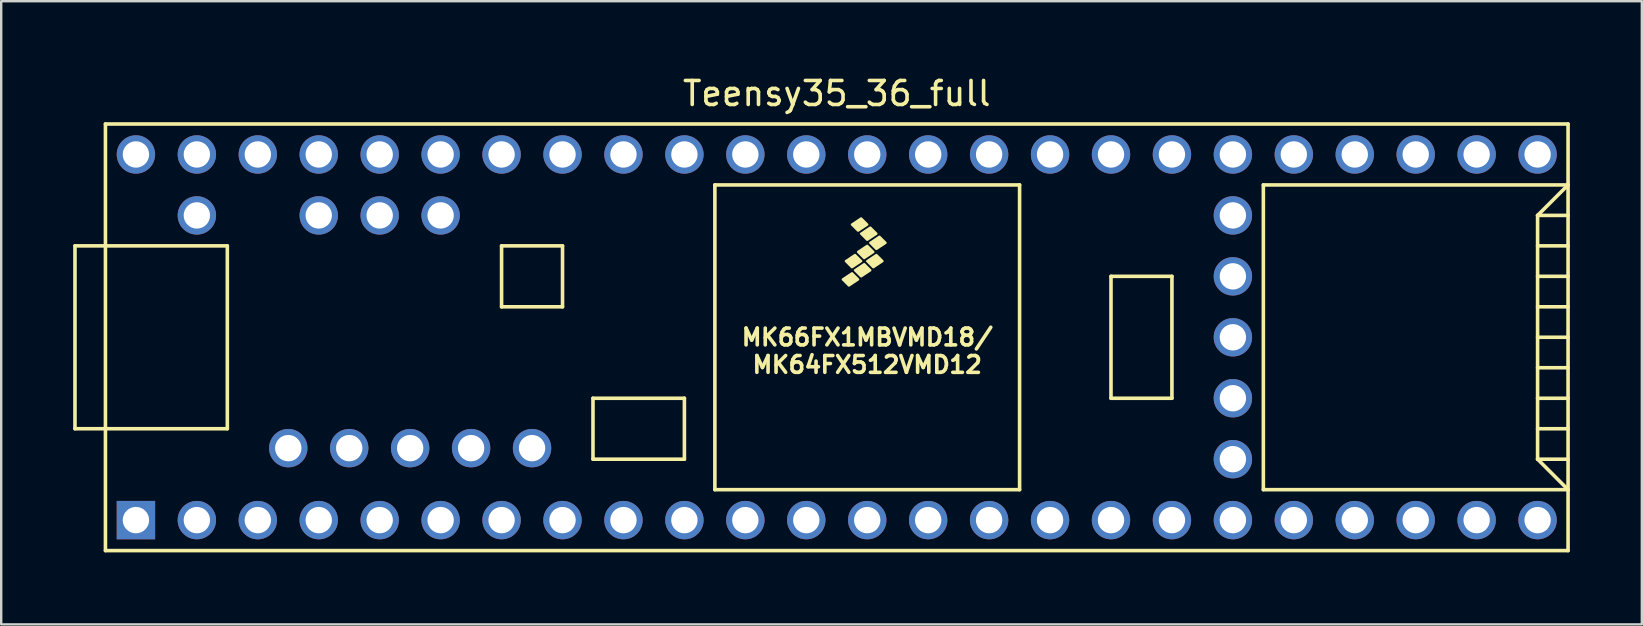
<source format=kicad_pcb>
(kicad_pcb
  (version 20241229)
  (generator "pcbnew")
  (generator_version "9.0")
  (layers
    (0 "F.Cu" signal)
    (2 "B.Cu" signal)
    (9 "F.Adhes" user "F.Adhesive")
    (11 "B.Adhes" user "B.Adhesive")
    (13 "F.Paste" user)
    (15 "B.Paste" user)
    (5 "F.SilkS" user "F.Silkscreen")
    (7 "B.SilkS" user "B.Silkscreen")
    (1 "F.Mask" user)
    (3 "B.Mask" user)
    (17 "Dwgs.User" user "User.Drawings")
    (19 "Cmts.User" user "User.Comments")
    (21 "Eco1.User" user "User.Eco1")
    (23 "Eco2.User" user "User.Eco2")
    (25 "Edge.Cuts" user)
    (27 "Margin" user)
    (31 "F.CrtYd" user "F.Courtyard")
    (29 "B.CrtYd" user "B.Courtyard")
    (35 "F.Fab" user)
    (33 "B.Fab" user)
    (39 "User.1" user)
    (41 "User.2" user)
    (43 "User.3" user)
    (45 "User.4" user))
  (footprint "Teensy35_36_full"
    (layer "F.Cu")
    (at 31.825 11.008)
    (property "Reference" "Teensy35_36_full" (at 0 -10.16 0) (layer "F.SilkS") (effects (font (size 1 1) (thickness 0.15))))
    (attr through_hole)
    (fp_line (start -31.75 -3.81) (end -30.48 -3.81) (stroke (width 0.15) (type solid)) (layer "F.SilkS"))
    (fp_line (start -31.75 3.81) (end -31.75 -3.81) (stroke (width 0.15) (type solid)) (layer "F.SilkS"))
    (fp_line (start -30.48 3.81) (end -31.75 3.81) (stroke (width 0.15) (type solid)) (layer "F.SilkS"))
    (fp_line (start -30.48 8.89) (end -30.48 -8.89) (stroke (width 0.15) (type solid)) (layer "F.SilkS"))
    (fp_line (start -30.48 8.89) (end 30.48 8.89) (stroke (width 0.15) (type solid)) (layer "F.SilkS"))
    (fp_line (start -25.4 -3.81) (end -30.48 -3.81) (stroke (width 0.15) (type solid)) (layer "F.SilkS"))
    (fp_line (start -25.4 3.81) (end -30.48 3.81) (stroke (width 0.15) (type solid)) (layer "F.SilkS"))
    (fp_line (start -25.4 3.81) (end -25.4 -3.81) (stroke (width 0.15) (type solid)) (layer "F.SilkS"))
    (fp_line (start -13.97 -3.81) (end -13.97 -1.27) (stroke (width 0.15) (type solid)) (layer "F.SilkS"))
    (fp_line (start -13.97 -1.27) (end -11.43 -1.27) (stroke (width 0.15) (type solid)) (layer "F.SilkS"))
    (fp_line (start -11.43 -3.81) (end -13.97 -3.81) (stroke (width 0.15) (type solid)) (layer "F.SilkS"))
    (fp_line (start -11.43 -1.27) (end -11.43 -3.81) (stroke (width 0.15) (type solid)) (layer "F.SilkS"))
    (fp_line (start -10.16 2.54) (end -6.35 2.54) (stroke (width 0.15) (type solid)) (layer "F.SilkS"))
    (fp_line (start -10.16 5.08) (end -10.16 2.54) (stroke (width 0.15) (type solid)) (layer "F.SilkS"))
    (fp_line (start -6.35 2.54) (end -6.35 5.08) (stroke (width 0.15) (type solid)) (layer "F.SilkS"))
    (fp_line (start -6.35 5.08) (end -10.16 5.08) (stroke (width 0.15) (type solid)) (layer "F.SilkS"))
    (fp_line (start -5.08 -6.35) (end -5.08 6.35) (stroke (width 0.15) (type solid)) (layer "F.SilkS"))
    (fp_line (start -5.08 -6.35) (end 7.62 -6.35) (stroke (width 0.15) (type solid)) (layer "F.SilkS"))
    (fp_line (start -5.08 6.35) (end 7.62 6.35) (stroke (width 0.15) (type solid)) (layer "F.SilkS"))
    (fp_line (start 7.62 6.35) (end 7.62 -6.35) (stroke (width 0.15) (type solid)) (layer "F.SilkS"))
    (fp_line (start 11.43 -2.54) (end 13.97 -2.54) (stroke (width 0.15) (type solid)) (layer "F.SilkS"))
    (fp_line (start 11.43 2.54) (end 11.43 -2.54) (stroke (width 0.15) (type solid)) (layer "F.SilkS"))
    (fp_line (start 13.97 -2.54) (end 13.97 2.54) (stroke (width 0.15) (type solid)) (layer "F.SilkS"))
    (fp_line (start 13.97 2.54) (end 11.43 2.54) (stroke (width 0.15) (type solid)) (layer "F.SilkS"))
    (fp_line (start 17.78 -6.35) (end 17.78 6.35) (stroke (width 0.15) (type solid)) (layer "F.SilkS"))
    (fp_line (start 17.78 6.35) (end 30.48 6.35) (stroke (width 0.15) (type solid)) (layer "F.SilkS"))
    (fp_line (start 29.21 -5.08) (end 30.48 -6.35) (stroke (width 0.15) (type solid)) (layer "F.SilkS"))
    (fp_line (start 29.21 -5.08) (end 30.48 -5.08) (stroke (width 0.15) (type solid)) (layer "F.SilkS"))
    (fp_line (start 29.21 -3.81) (end 30.48 -3.81) (stroke (width 0.15) (type solid)) (layer "F.SilkS"))
    (fp_line (start 29.21 -2.54) (end 30.48 -2.54) (stroke (width 0.15) (type solid)) (layer "F.SilkS"))
    (fp_line (start 29.21 -1.27) (end 30.48 -1.27) (stroke (width 0.15) (type solid)) (layer "F.SilkS"))
    (fp_line (start 29.21 0) (end 30.48 0) (stroke (width 0.15) (type solid)) (layer "F.SilkS"))
    (fp_line (start 29.21 1.27) (end 30.48 1.27) (stroke (width 0.15) (type solid)) (layer "F.SilkS"))
    (fp_line (start 29.21 2.54) (end 30.48 2.54) (stroke (width 0.15) (type solid)) (layer "F.SilkS"))
    (fp_line (start 29.21 3.81) (end 30.48 3.81) (stroke (width 0.15) (type solid)) (layer "F.SilkS"))
    (fp_line (start 29.21 5.08) (end 29.21 -5.08) (stroke (width 0.15) (type solid)) (layer "F.SilkS"))
    (fp_line (start 29.21 5.08) (end 30.48 5.08) (stroke (width 0.15) (type solid)) (layer "F.SilkS"))
    (fp_line (start 30.48 -8.89) (end -30.48 -8.89) (stroke (width 0.15) (type solid)) (layer "F.SilkS"))
    (fp_line (start 30.48 -8.89) (end 30.48 8.89) (stroke (width 0.15) (type solid)) (layer "F.SilkS"))
    (fp_line (start 30.48 -6.35) (end 17.78 -6.35) (stroke (width 0.15) (type solid)) (layer "F.SilkS"))
    (fp_line (start 30.48 6.35) (end 29.21 5.08) (stroke (width 0.15) (type solid)) (layer "F.SilkS"))
    (fp_poly (pts (xy 0.635 -2.667) (xy 0.889 -2.413) (xy 0.508 -2.159) (xy 0.254 -2.413)) (stroke (width 0.1) (type solid)) (fill yes) (layer "F.SilkS"))
    (fp_poly (pts (xy 0.762 -3.429) (xy 1.016 -3.175) (xy 0.635 -2.921) (xy 0.381 -3.175)) (stroke (width 0.1) (type solid)) (fill yes) (layer "F.SilkS"))
    (fp_poly (pts (xy 1.016 -4.953) (xy 1.27 -4.699) (xy 0.889 -4.445) (xy 0.635 -4.699)) (stroke (width 0.1) (type solid)) (fill yes) (layer "F.SilkS"))
    (fp_poly (pts (xy 1.143 -3.048) (xy 1.397 -2.794) (xy 1.016 -2.54) (xy 0.762 -2.794)) (stroke (width 0.1) (type solid)) (fill yes) (layer "F.SilkS"))
    (fp_poly (pts (xy 1.27 -3.81) (xy 1.524 -3.556) (xy 1.143 -3.302) (xy 0.889 -3.556)) (stroke (width 0.1) (type solid)) (fill yes) (layer "F.SilkS"))
    (fp_poly (pts (xy 1.397 -4.572) (xy 1.651 -4.318) (xy 1.27 -4.064) (xy 1.016 -4.318)) (stroke (width 0.1) (type solid)) (fill yes) (layer "F.SilkS"))
    (fp_poly (pts (xy 1.651 -3.429) (xy 1.905 -3.175) (xy 1.524 -2.921) (xy 1.27 -3.175)) (stroke (width 0.1) (type solid)) (fill yes) (layer "F.SilkS"))
    (fp_poly (pts (xy 1.778 -4.191) (xy 2.032 -3.937) (xy 1.651 -3.683) (xy 1.397 -3.937)) (stroke (width 0.1) (type solid)) (fill yes) (layer "F.SilkS"))
    (fp_text user "MK66FX1MBVMD18/" (at 1.27 0 0) (layer "F.SilkS") (effects (font (size 0.7 0.7) (thickness 0.15))))
    (fp_text user "MK64FX512VMD12" (at 1.27 1.143 0) (layer "F.SilkS") (effects (font (size 0.7 0.7) (thickness 0.15))))
    (pad "1" thru_hole rect (at -29.21 7.62) (size 1.6 1.6) (drill 1.1) (layers "*.Cu" "*.Mask"))
    (pad "2" thru_hole circle (at -26.67 7.62) (size 1.6 1.6) (drill 1.1) (layers "*.Cu" "*.Mask"))
    (pad "3" thru_hole circle (at -24.13 7.62) (size 1.6 1.6) (drill 1.1) (layers "*.Cu" "*.Mask"))
    (pad "4" thru_hole circle (at -21.59 7.62) (size 1.6 1.6) (drill 1.1) (layers "*.Cu" "*.Mask"))
    (pad "5" thru_hole circle (at -19.05 7.62) (size 1.6 1.6) (drill 1.1) (layers "*.Cu" "*.Mask"))
    (pad "6" thru_hole circle (at -16.51 7.62) (size 1.6 1.6) (drill 1.1) (layers "*.Cu" "*.Mask"))
    (pad "7" thru_hole circle (at -13.97 7.62) (size 1.6 1.6) (drill 1.1) (layers "*.Cu" "*.Mask"))
    (pad "8" thru_hole circle (at -11.43 7.62) (size 1.6 1.6) (drill 1.1) (layers "*.Cu" "*.Mask"))
    (pad "9" thru_hole circle (at -8.89 7.62) (size 1.6 1.6) (drill 1.1) (layers "*.Cu" "*.Mask"))
    (pad "10" thru_hole circle (at -6.35 7.62) (size 1.6 1.6) (drill 1.1) (layers "*.Cu" "*.Mask"))
    (pad "11" thru_hole circle (at -3.81 7.62) (size 1.6 1.6) (drill 1.1) (layers "*.Cu" "*.Mask"))
    (pad "12" thru_hole circle (at -1.27 7.62) (size 1.6 1.6) (drill 1.1) (layers "*.Cu" "*.Mask"))
    (pad "13" thru_hole circle (at 1.27 7.62) (size 1.6 1.6) (drill 1.1) (layers "*.Cu" "*.Mask"))
    (pad "14" thru_hole circle (at 3.81 7.62) (size 1.6 1.6) (drill 1.1) (layers "*.Cu" "*.Mask"))
    (pad "15" thru_hole circle (at 6.35 7.62) (size 1.6 1.6) (drill 1.1) (layers "*.Cu" "*.Mask"))
    (pad "16" thru_hole circle (at 8.89 7.62) (size 1.6 1.6) (drill 1.1) (layers "*.Cu" "*.Mask"))
    (pad "17" thru_hole circle (at 11.43 7.62) (size 1.6 1.6) (drill 1.1) (layers "*.Cu" "*.Mask"))
    (pad "18" thru_hole circle (at 13.97 7.62) (size 1.6 1.6) (drill 1.1) (layers "*.Cu" "*.Mask"))
    (pad "19" thru_hole circle (at 16.51 7.62) (size 1.6 1.6) (drill 1.1) (layers "*.Cu" "*.Mask"))
    (pad "20" thru_hole circle (at 19.05 7.62) (size 1.6 1.6) (drill 1.1) (layers "*.Cu" "*.Mask"))
    (pad "21" thru_hole circle (at 21.59 7.62) (size 1.6 1.6) (drill 1.1) (layers "*.Cu" "*.Mask"))
    (pad "22" thru_hole circle (at 24.13 7.62) (size 1.6 1.6) (drill 1.1) (layers "*.Cu" "*.Mask"))
    (pad "23" thru_hole circle (at 26.67 7.62) (size 1.6 1.6) (drill 1.1) (layers "*.Cu" "*.Mask"))
    (pad "24" thru_hole circle (at 29.21 7.62) (size 1.6 1.6) (drill 1.1) (layers "*.Cu" "*.Mask"))
    (pad "25" thru_hole circle (at 16.51 5.08) (size 1.6 1.6) (drill 1.1) (layers "*.Cu" "*.Mask"))
    (pad "26" thru_hole circle (at 16.51 2.54) (size 1.6 1.6) (drill 1.1) (layers "*.Cu" "*.Mask"))
    (pad "27" thru_hole circle (at 16.51 0) (size 1.6 1.6) (drill 1.1) (layers "*.Cu" "*.Mask"))
    (pad "28" thru_hole circle (at 16.51 -2.54) (size 1.6 1.6) (drill 1.1) (layers "*.Cu" "*.Mask"))
    (pad "29" thru_hole circle (at 16.51 -5.08) (size 1.6 1.6) (drill 1.1) (layers "*.Cu" "*.Mask"))
    (pad "30" thru_hole circle (at 29.21 -7.62) (size 1.6 1.6) (drill 1.1) (layers "*.Cu" "*.Mask"))
    (pad "31" thru_hole circle (at 26.67 -7.62) (size 1.6 1.6) (drill 1.1) (layers "*.Cu" "*.Mask"))
    (pad "32" thru_hole circle (at 24.13 -7.62) (size 1.6 1.6) (drill 1.1) (layers "*.Cu" "*.Mask"))
    (pad "33" thru_hole circle (at 21.59 -7.62) (size 1.6 1.6) (drill 1.1) (layers "*.Cu" "*.Mask"))
    (pad "34" thru_hole circle (at 19.05 -7.62) (size 1.6 1.6) (drill 1.1) (layers "*.Cu" "*.Mask"))
    (pad "35" thru_hole circle (at 16.51 -7.62) (size 1.6 1.6) (drill 1.1) (layers "*.Cu" "*.Mask"))
    (pad "36" thru_hole circle (at 13.97 -7.62) (size 1.6 1.6) (drill 1.1) (layers "*.Cu" "*.Mask"))
    (pad "37" thru_hole circle (at 11.43 -7.62) (size 1.6 1.6) (drill 1.1) (layers "*.Cu" "*.Mask"))
    (pad "38" thru_hole circle (at 8.89 -7.62) (size 1.6 1.6) (drill 1.1) (layers "*.Cu" "*.Mask"))
    (pad "39" thru_hole circle (at 6.35 -7.62) (size 1.6 1.6) (drill 1.1) (layers "*.Cu" "*.Mask"))
    (pad "40" thru_hole circle (at 3.81 -7.62) (size 1.6 1.6) (drill 1.1) (layers "*.Cu" "*.Mask"))
    (pad "41" thru_hole circle (at 1.27 -7.62) (size 1.6 1.6) (drill 1.1) (layers "*.Cu" "*.Mask"))
    (pad "42" thru_hole circle (at -1.27 -7.62) (size 1.6 1.6) (drill 1.1) (layers "*.Cu" "*.Mask"))
    (pad "43" thru_hole circle (at -3.81 -7.62) (size 1.6 1.6) (drill 1.1) (layers "*.Cu" "*.Mask"))
    (pad "44" thru_hole circle (at -6.35 -7.62) (size 1.6 1.6) (drill 1.1) (layers "*.Cu" "*.Mask"))
    (pad "45" thru_hole circle (at -8.89 -7.62) (size 1.6 1.6) (drill 1.1) (layers "*.Cu" "*.Mask"))
    (pad "46" thru_hole circle (at -11.43 -7.62) (size 1.6 1.6) (drill 1.1) (layers "*.Cu" "*.Mask"))
    (pad "47" thru_hole circle (at -13.97 -7.62) (size 1.6 1.6) (drill 1.1) (layers "*.Cu" "*.Mask"))
    (pad "48" thru_hole circle (at -16.51 -7.62) (size 1.6 1.6) (drill 1.1) (layers "*.Cu" "*.Mask"))
    (pad "49" thru_hole circle (at -19.05 -7.62) (size 1.6 1.6) (drill 1.1) (layers "*.Cu" "*.Mask"))
    (pad "50" thru_hole circle (at -21.59 -7.62) (size 1.6 1.6) (drill 1.1) (layers "*.Cu" "*.Mask"))
    (pad "51" thru_hole circle (at -24.13 -7.62) (size 1.6 1.6) (drill 1.1) (layers "*.Cu" "*.Mask"))
    (pad "52" thru_hole circle (at -26.67 -7.62) (size 1.6 1.6) (drill 1.1) (layers "*.Cu" "*.Mask"))
    (pad "53" thru_hole circle (at -29.21 -7.62) (size 1.6 1.6) (drill 1.1) (layers "*.Cu" "*.Mask"))
    (pad "54" thru_hole circle (at -26.67 -5.08) (size 1.6 1.6) (drill 1.1) (layers "*.Cu" "*.Mask"))
    (pad "55" thru_hole circle (at -21.59 -5.08) (size 1.6 1.6) (drill 1.1) (layers "*.Cu" "*.Mask"))
    (pad "56" thru_hole circle (at -19.05 -5.08) (size 1.6 1.6) (drill 1.1) (layers "*.Cu" "*.Mask"))
    (pad "57" thru_hole circle (at -16.51 -5.08) (size 1.6 1.6) (drill 1.1) (layers "*.Cu" "*.Mask"))
    (pad "58" thru_hole circle (at -22.86 4.62) (size 1.6 1.6) (drill 1.1) (layers "*.Cu" "*.Mask"))
    (pad "59" thru_hole circle (at -20.32 4.62) (size 1.6 1.6) (drill 1.1) (layers "*.Cu" "*.Mask"))
    (pad "60" thru_hole circle (at -17.78 4.62) (size 1.6 1.6) (drill 1.1) (layers "*.Cu" "*.Mask"))
    (pad "61" thru_hole circle (at -15.24 4.62) (size 1.6 1.6) (drill 1.1) (layers "*.Cu" "*.Mask"))
    (pad "62" thru_hole circle (at -12.7 4.62) (size 1.6 1.6) (drill 1.1) (layers "*.Cu" "*.Mask")))
  (gr_rect
    (start -3 -3)
    (end 65.38 22.973)
    (stroke (width 0.1) (type default))
    (fill no)
    (layer "Edge.Cuts")))
</source>
